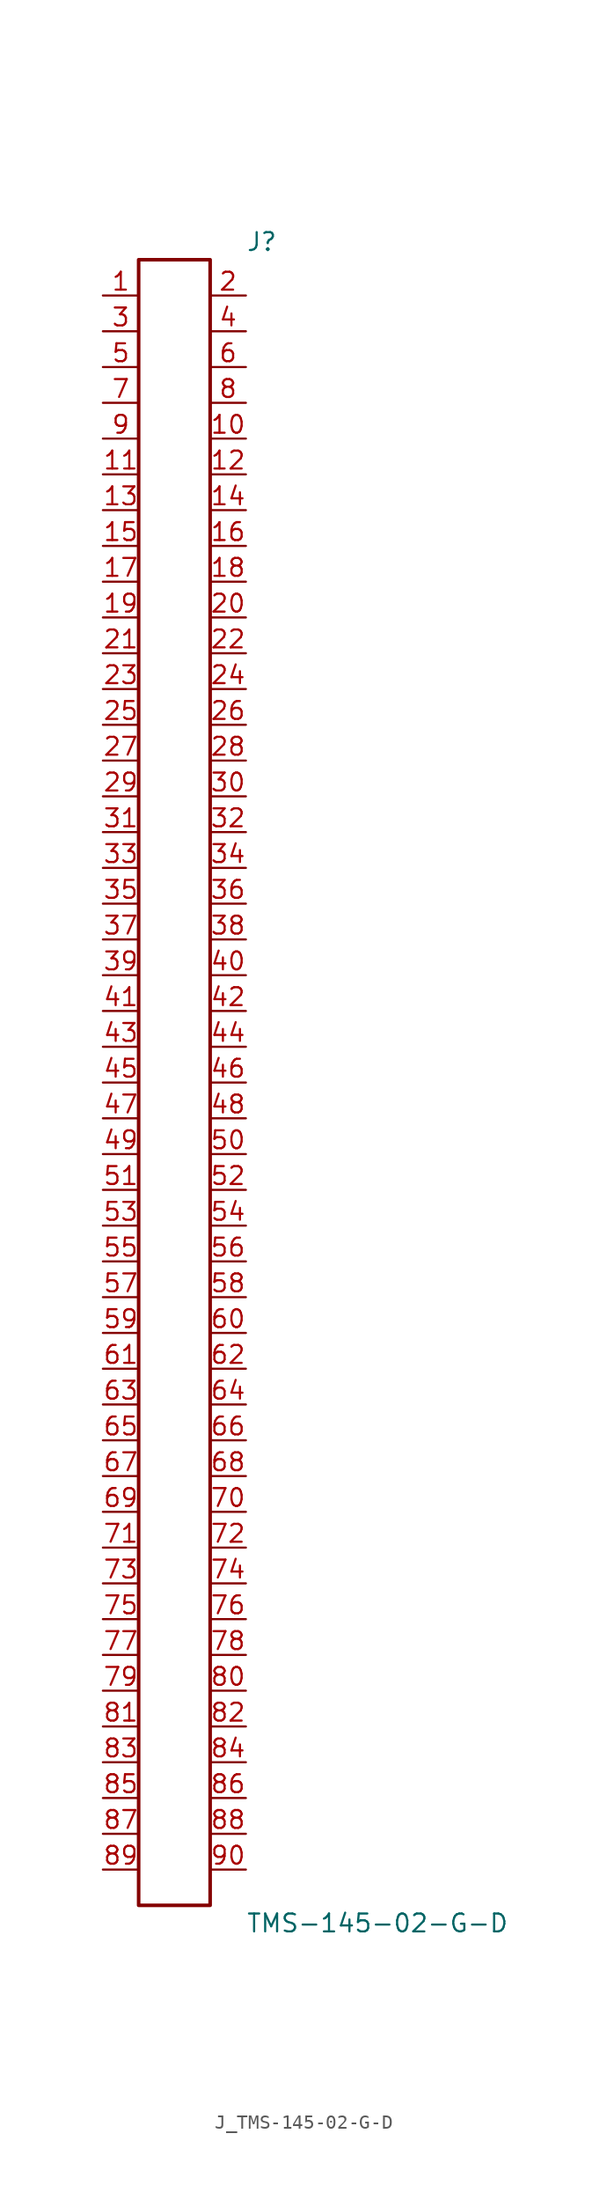
<source format=kicad_sym>
(kicad_symbol_lib
  (version 20231120)
  (generator kicad_symbol_editor)
  (generator_version 8.0)
  (symbol "J_TMS-145-02-G-D"
    (pin_names
      (offset 0.254))
    (property "Reference" "J"
      (at 5.08 59.69 0)
      (effects (font (size 1.27 1.27)) (justify left)))
    (property "Value" "TMS-145-02-G-D"
      (at 5.08 -59.69 0)
      (effects (font (size 1.27 1.27)) (justify left)))
    (symbol "J_TMS-145-02-G-D_0_0"
      (pin unspecified line (at -5.08 55.88 0) (length 2.54) (name "" (effects (font (size 1.27 1.27)))) (number "1" (effects (font (size 1.27 1.27)))))
      (pin unspecified line (at 5.08 55.88 180) (length 2.54) (name "" (effects (font (size 1.27 1.27)))) (number "2" (effects (font (size 1.27 1.27)))))
      (pin unspecified line (at -5.08 53.34 0) (length 2.54) (name "" (effects (font (size 1.27 1.27)))) (number "3" (effects (font (size 1.27 1.27)))))
      (pin unspecified line (at 5.08 53.34 180) (length 2.54) (name "" (effects (font (size 1.27 1.27)))) (number "4" (effects (font (size 1.27 1.27)))))
      (pin unspecified line (at -5.08 50.8 0) (length 2.54) (name "" (effects (font (size 1.27 1.27)))) (number "5" (effects (font (size 1.27 1.27)))))
      (pin unspecified line (at 5.08 50.8 180) (length 2.54) (name "" (effects (font (size 1.27 1.27)))) (number "6" (effects (font (size 1.27 1.27)))))
      (pin unspecified line (at -5.08 48.26 0) (length 2.54) (name "" (effects (font (size 1.27 1.27)))) (number "7" (effects (font (size 1.27 1.27)))))
      (pin unspecified line (at 5.08 48.26 180) (length 2.54) (name "" (effects (font (size 1.27 1.27)))) (number "8" (effects (font (size 1.27 1.27)))))
      (pin unspecified line (at -5.08 45.72 0) (length 2.54) (name "" (effects (font (size 1.27 1.27)))) (number "9" (effects (font (size 1.27 1.27)))))
      (pin unspecified line (at 5.08 45.72 180) (length 2.54) (name "" (effects (font (size 1.27 1.27)))) (number "10" (effects (font (size 1.27 1.27)))))
      (pin unspecified line (at -5.08 43.18 0) (length 2.54) (name "" (effects (font (size 1.27 1.27)))) (number "11" (effects (font (size 1.27 1.27)))))
      (pin unspecified line (at 5.08 43.18 180) (length 2.54) (name "" (effects (font (size 1.27 1.27)))) (number "12" (effects (font (size 1.27 1.27)))))
      (pin unspecified line (at -5.08 40.64 0) (length 2.54) (name "" (effects (font (size 1.27 1.27)))) (number "13" (effects (font (size 1.27 1.27)))))
      (pin unspecified line (at 5.08 40.64 180) (length 2.54) (name "" (effects (font (size 1.27 1.27)))) (number "14" (effects (font (size 1.27 1.27)))))
      (pin unspecified line (at -5.08 38.1 0) (length 2.54) (name "" (effects (font (size 1.27 1.27)))) (number "15" (effects (font (size 1.27 1.27)))))
      (pin unspecified line (at 5.08 38.1 180) (length 2.54) (name "" (effects (font (size 1.27 1.27)))) (number "16" (effects (font (size 1.27 1.27)))))
      (pin unspecified line (at -5.08 35.56 0) (length 2.54) (name "" (effects (font (size 1.27 1.27)))) (number "17" (effects (font (size 1.27 1.27)))))
      (pin unspecified line (at 5.08 35.56 180) (length 2.54) (name "" (effects (font (size 1.27 1.27)))) (number "18" (effects (font (size 1.27 1.27)))))
      (pin unspecified line (at -5.08 33.02 0) (length 2.54) (name "" (effects (font (size 1.27 1.27)))) (number "19" (effects (font (size 1.27 1.27)))))
      (pin unspecified line (at 5.08 33.02 180) (length 2.54) (name "" (effects (font (size 1.27 1.27)))) (number "20" (effects (font (size 1.27 1.27)))))
      (pin unspecified line (at -5.08 30.48 0) (length 2.54) (name "" (effects (font (size 1.27 1.27)))) (number "21" (effects (font (size 1.27 1.27)))))
      (pin unspecified line (at 5.08 30.48 180) (length 2.54) (name "" (effects (font (size 1.27 1.27)))) (number "22" (effects (font (size 1.27 1.27)))))
      (pin unspecified line (at -5.08 27.94 0) (length 2.54) (name "" (effects (font (size 1.27 1.27)))) (number "23" (effects (font (size 1.27 1.27)))))
      (pin unspecified line (at 5.08 27.94 180) (length 2.54) (name "" (effects (font (size 1.27 1.27)))) (number "24" (effects (font (size 1.27 1.27)))))
      (pin unspecified line (at -5.08 25.4 0) (length 2.54) (name "" (effects (font (size 1.27 1.27)))) (number "25" (effects (font (size 1.27 1.27)))))
      (pin unspecified line (at 5.08 25.4 180) (length 2.54) (name "" (effects (font (size 1.27 1.27)))) (number "26" (effects (font (size 1.27 1.27)))))
      (pin unspecified line (at -5.08 22.86 0) (length 2.54) (name "" (effects (font (size 1.27 1.27)))) (number "27" (effects (font (size 1.27 1.27)))))
      (pin unspecified line (at 5.08 22.86 180) (length 2.54) (name "" (effects (font (size 1.27 1.27)))) (number "28" (effects (font (size 1.27 1.27)))))
      (pin unspecified line (at -5.08 20.32 0) (length 2.54) (name "" (effects (font (size 1.27 1.27)))) (number "29" (effects (font (size 1.27 1.27)))))
      (pin unspecified line (at 5.08 20.32 180) (length 2.54) (name "" (effects (font (size 1.27 1.27)))) (number "30" (effects (font (size 1.27 1.27)))))
      (pin unspecified line (at -5.08 17.78 0) (length 2.54) (name "" (effects (font (size 1.27 1.27)))) (number "31" (effects (font (size 1.27 1.27)))))
      (pin unspecified line (at 5.08 17.78 180) (length 2.54) (name "" (effects (font (size 1.27 1.27)))) (number "32" (effects (font (size 1.27 1.27)))))
      (pin unspecified line (at -5.08 15.24 0) (length 2.54) (name "" (effects (font (size 1.27 1.27)))) (number "33" (effects (font (size 1.27 1.27)))))
      (pin unspecified line (at 5.08 15.24 180) (length 2.54) (name "" (effects (font (size 1.27 1.27)))) (number "34" (effects (font (size 1.27 1.27)))))
      (pin unspecified line (at -5.08 12.7 0) (length 2.54) (name "" (effects (font (size 1.27 1.27)))) (number "35" (effects (font (size 1.27 1.27)))))
      (pin unspecified line (at 5.08 12.7 180) (length 2.54) (name "" (effects (font (size 1.27 1.27)))) (number "36" (effects (font (size 1.27 1.27)))))
      (pin unspecified line (at -5.08 10.16 0) (length 2.54) (name "" (effects (font (size 1.27 1.27)))) (number "37" (effects (font (size 1.27 1.27)))))
      (pin unspecified line (at 5.08 10.16 180) (length 2.54) (name "" (effects (font (size 1.27 1.27)))) (number "38" (effects (font (size 1.27 1.27)))))
      (pin unspecified line (at -5.08 7.62 0) (length 2.54) (name "" (effects (font (size 1.27 1.27)))) (number "39" (effects (font (size 1.27 1.27)))))
      (pin unspecified line (at 5.08 7.62 180) (length 2.54) (name "" (effects (font (size 1.27 1.27)))) (number "40" (effects (font (size 1.27 1.27)))))
      (pin unspecified line (at -5.08 5.08 0) (length 2.54) (name "" (effects (font (size 1.27 1.27)))) (number "41" (effects (font (size 1.27 1.27)))))
      (pin unspecified line (at 5.08 5.08 180) (length 2.54) (name "" (effects (font (size 1.27 1.27)))) (number "42" (effects (font (size 1.27 1.27)))))
      (pin unspecified line (at -5.08 2.54 0) (length 2.54) (name "" (effects (font (size 1.27 1.27)))) (number "43" (effects (font (size 1.27 1.27)))))
      (pin unspecified line (at 5.08 2.54 180) (length 2.54) (name "" (effects (font (size 1.27 1.27)))) (number "44" (effects (font (size 1.27 1.27)))))
      (pin unspecified line (at -5.08 0.0 0) (length 2.54) (name "" (effects (font (size 1.27 1.27)))) (number "45" (effects (font (size 1.27 1.27)))))
      (pin unspecified line (at 5.08 0.0 180) (length 2.54) (name "" (effects (font (size 1.27 1.27)))) (number "46" (effects (font (size 1.27 1.27)))))
      (pin unspecified line (at -5.08 -2.54 0) (length 2.54) (name "" (effects (font (size 1.27 1.27)))) (number "47" (effects (font (size 1.27 1.27)))))
      (pin unspecified line (at 5.08 -2.54 180) (length 2.54) (name "" (effects (font (size 1.27 1.27)))) (number "48" (effects (font (size 1.27 1.27)))))
      (pin unspecified line (at -5.08 -5.08 0) (length 2.54) (name "" (effects (font (size 1.27 1.27)))) (number "49" (effects (font (size 1.27 1.27)))))
      (pin unspecified line (at 5.08 -5.08 180) (length 2.54) (name "" (effects (font (size 1.27 1.27)))) (number "50" (effects (font (size 1.27 1.27)))))
      (pin unspecified line (at -5.08 -7.62 0) (length 2.54) (name "" (effects (font (size 1.27 1.27)))) (number "51" (effects (font (size 1.27 1.27)))))
      (pin unspecified line (at 5.08 -7.62 180) (length 2.54) (name "" (effects (font (size 1.27 1.27)))) (number "52" (effects (font (size 1.27 1.27)))))
      (pin unspecified line (at -5.08 -10.16 0) (length 2.54) (name "" (effects (font (size 1.27 1.27)))) (number "53" (effects (font (size 1.27 1.27)))))
      (pin unspecified line (at 5.08 -10.16 180) (length 2.54) (name "" (effects (font (size 1.27 1.27)))) (number "54" (effects (font (size 1.27 1.27)))))
      (pin unspecified line (at -5.08 -12.7 0) (length 2.54) (name "" (effects (font (size 1.27 1.27)))) (number "55" (effects (font (size 1.27 1.27)))))
      (pin unspecified line (at 5.08 -12.7 180) (length 2.54) (name "" (effects (font (size 1.27 1.27)))) (number "56" (effects (font (size 1.27 1.27)))))
      (pin unspecified line (at -5.08 -15.24 0) (length 2.54) (name "" (effects (font (size 1.27 1.27)))) (number "57" (effects (font (size 1.27 1.27)))))
      (pin unspecified line (at 5.08 -15.24 180) (length 2.54) (name "" (effects (font (size 1.27 1.27)))) (number "58" (effects (font (size 1.27 1.27)))))
      (pin unspecified line (at -5.08 -17.78 0) (length 2.54) (name "" (effects (font (size 1.27 1.27)))) (number "59" (effects (font (size 1.27 1.27)))))
      (pin unspecified line (at 5.08 -17.78 180) (length 2.54) (name "" (effects (font (size 1.27 1.27)))) (number "60" (effects (font (size 1.27 1.27)))))
      (pin unspecified line (at -5.08 -20.32 0) (length 2.54) (name "" (effects (font (size 1.27 1.27)))) (number "61" (effects (font (size 1.27 1.27)))))
      (pin unspecified line (at 5.08 -20.32 180) (length 2.54) (name "" (effects (font (size 1.27 1.27)))) (number "62" (effects (font (size 1.27 1.27)))))
      (pin unspecified line (at -5.08 -22.86 0) (length 2.54) (name "" (effects (font (size 1.27 1.27)))) (number "63" (effects (font (size 1.27 1.27)))))
      (pin unspecified line (at 5.08 -22.86 180) (length 2.54) (name "" (effects (font (size 1.27 1.27)))) (number "64" (effects (font (size 1.27 1.27)))))
      (pin unspecified line (at -5.08 -25.4 0) (length 2.54) (name "" (effects (font (size 1.27 1.27)))) (number "65" (effects (font (size 1.27 1.27)))))
      (pin unspecified line (at 5.08 -25.4 180) (length 2.54) (name "" (effects (font (size 1.27 1.27)))) (number "66" (effects (font (size 1.27 1.27)))))
      (pin unspecified line (at -5.08 -27.94 0) (length 2.54) (name "" (effects (font (size 1.27 1.27)))) (number "67" (effects (font (size 1.27 1.27)))))
      (pin unspecified line (at 5.08 -27.94 180) (length 2.54) (name "" (effects (font (size 1.27 1.27)))) (number "68" (effects (font (size 1.27 1.27)))))
      (pin unspecified line (at -5.08 -30.48 0) (length 2.54) (name "" (effects (font (size 1.27 1.27)))) (number "69" (effects (font (size 1.27 1.27)))))
      (pin unspecified line (at 5.08 -30.48 180) (length 2.54) (name "" (effects (font (size 1.27 1.27)))) (number "70" (effects (font (size 1.27 1.27)))))
      (pin unspecified line (at -5.08 -33.02 0) (length 2.54) (name "" (effects (font (size 1.27 1.27)))) (number "71" (effects (font (size 1.27 1.27)))))
      (pin unspecified line (at 5.08 -33.02 180) (length 2.54) (name "" (effects (font (size 1.27 1.27)))) (number "72" (effects (font (size 1.27 1.27)))))
      (pin unspecified line (at -5.08 -35.56 0) (length 2.54) (name "" (effects (font (size 1.27 1.27)))) (number "73" (effects (font (size 1.27 1.27)))))
      (pin unspecified line (at 5.08 -35.56 180) (length 2.54) (name "" (effects (font (size 1.27 1.27)))) (number "74" (effects (font (size 1.27 1.27)))))
      (pin unspecified line (at -5.08 -38.1 0) (length 2.54) (name "" (effects (font (size 1.27 1.27)))) (number "75" (effects (font (size 1.27 1.27)))))
      (pin unspecified line (at 5.08 -38.1 180) (length 2.54) (name "" (effects (font (size 1.27 1.27)))) (number "76" (effects (font (size 1.27 1.27)))))
      (pin unspecified line (at -5.08 -40.64 0) (length 2.54) (name "" (effects (font (size 1.27 1.27)))) (number "77" (effects (font (size 1.27 1.27)))))
      (pin unspecified line (at 5.08 -40.64 180) (length 2.54) (name "" (effects (font (size 1.27 1.27)))) (number "78" (effects (font (size 1.27 1.27)))))
      (pin unspecified line (at -5.08 -43.18 0) (length 2.54) (name "" (effects (font (size 1.27 1.27)))) (number "79" (effects (font (size 1.27 1.27)))))
      (pin unspecified line (at 5.08 -43.18 180) (length 2.54) (name "" (effects (font (size 1.27 1.27)))) (number "80" (effects (font (size 1.27 1.27)))))
      (pin unspecified line (at -5.08 -45.72 0) (length 2.54) (name "" (effects (font (size 1.27 1.27)))) (number "81" (effects (font (size 1.27 1.27)))))
      (pin unspecified line (at 5.08 -45.72 180) (length 2.54) (name "" (effects (font (size 1.27 1.27)))) (number "82" (effects (font (size 1.27 1.27)))))
      (pin unspecified line (at -5.08 -48.26 0) (length 2.54) (name "" (effects (font (size 1.27 1.27)))) (number "83" (effects (font (size 1.27 1.27)))))
      (pin unspecified line (at 5.08 -48.26 180) (length 2.54) (name "" (effects (font (size 1.27 1.27)))) (number "84" (effects (font (size 1.27 1.27)))))
      (pin unspecified line (at -5.08 -50.8 0) (length 2.54) (name "" (effects (font (size 1.27 1.27)))) (number "85" (effects (font (size 1.27 1.27)))))
      (pin unspecified line (at 5.08 -50.8 180) (length 2.54) (name "" (effects (font (size 1.27 1.27)))) (number "86" (effects (font (size 1.27 1.27)))))
      (pin unspecified line (at -5.08 -53.34 0) (length 2.54) (name "" (effects (font (size 1.27 1.27)))) (number "87" (effects (font (size 1.27 1.27)))))
      (pin unspecified line (at 5.08 -53.34 180) (length 2.54) (name "" (effects (font (size 1.27 1.27)))) (number "88" (effects (font (size 1.27 1.27)))))
      (pin unspecified line (at -5.08 -55.88 0) (length 2.54) (name "" (effects (font (size 1.27 1.27)))) (number "89" (effects (font (size 1.27 1.27)))))
      (pin unspecified line (at 5.08 -55.88 180) (length 2.54) (name "" (effects (font (size 1.27 1.27)))) (number "90" (effects (font (size 1.27 1.27))))))
    (symbol "J_TMS-145-02-G-D_1_0"
      (rectangle (start -2.54 58.42) (end 2.54 -58.42) (stroke (width 0.254) (type solid)) (fill (type none))))))
</source>
